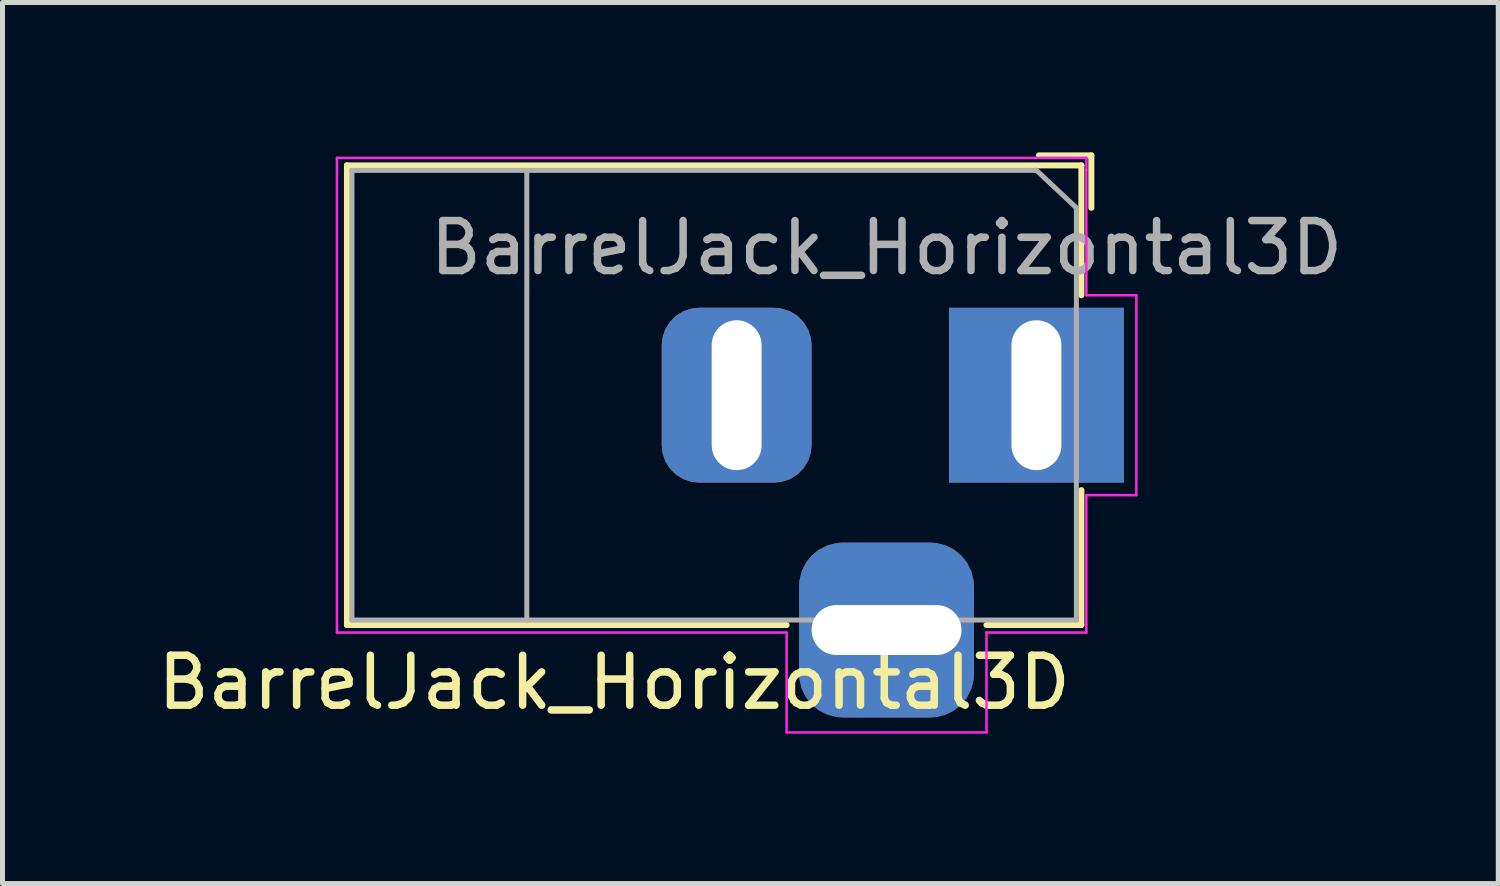
<source format=kicad_pcb>
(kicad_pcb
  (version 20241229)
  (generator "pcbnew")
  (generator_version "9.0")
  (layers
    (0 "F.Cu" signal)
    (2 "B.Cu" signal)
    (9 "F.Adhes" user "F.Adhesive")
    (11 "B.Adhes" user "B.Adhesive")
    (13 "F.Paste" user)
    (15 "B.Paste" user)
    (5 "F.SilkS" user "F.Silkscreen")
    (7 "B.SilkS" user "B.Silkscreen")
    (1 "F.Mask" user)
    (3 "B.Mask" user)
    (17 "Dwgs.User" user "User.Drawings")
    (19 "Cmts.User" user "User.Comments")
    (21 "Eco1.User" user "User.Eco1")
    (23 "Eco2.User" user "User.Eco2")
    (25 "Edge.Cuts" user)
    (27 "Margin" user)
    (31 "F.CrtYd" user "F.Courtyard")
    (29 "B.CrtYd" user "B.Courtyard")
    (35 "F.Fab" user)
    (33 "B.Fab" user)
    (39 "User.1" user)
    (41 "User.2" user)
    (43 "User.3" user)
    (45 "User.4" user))
  (footprint "BarrelJack_Horizontal3D"
    (layer "F.Cu")
    (at 17.694 4.86)
    (property "Reference" "BarrelJack_Horizontal3D" (at -8.45 5.75 0) (layer "F.SilkS") (effects (font (size 1 1) (thickness 0.15))))
    (attr through_hole)
    (fp_line (start -13.8 -4.6) (end 0.9 -4.6) (stroke (width 0.12) (type solid)) (layer "F.SilkS"))
    (fp_line (start -13.8 4.6) (end -13.8 -4.6) (stroke (width 0.12) (type solid)) (layer "F.SilkS"))
    (fp_line (start -5 4.6) (end -13.8 4.6) (stroke (width 0.12) (type solid)) (layer "F.SilkS"))
    (fp_line (start 0.05 -4.8) (end 1.1 -4.8) (stroke (width 0.12) (type solid)) (layer "F.SilkS"))
    (fp_line (start 0.9 -4.6) (end 0.9 -2) (stroke (width 0.12) (type solid)) (layer "F.SilkS"))
    (fp_line (start 0.9 1.9) (end 0.9 4.6) (stroke (width 0.12) (type solid)) (layer "F.SilkS"))
    (fp_line (start 0.9 4.6) (end -1 4.6) (stroke (width 0.12) (type solid)) (layer "F.SilkS"))
    (fp_line (start 1.1 -3.75) (end 1.1 -4.8) (stroke (width 0.12) (type solid)) (layer "F.SilkS"))
    (fp_line (start -14 4.75) (end -14 -4.75) (stroke (width 0.05) (type solid)) (layer "F.CrtYd"))
    (fp_line (start -5 4.75) (end -14 4.75) (stroke (width 0.05) (type solid)) (layer "F.CrtYd"))
    (fp_line (start -5 6.75) (end -5 4.75) (stroke (width 0.05) (type solid)) (layer "F.CrtYd"))
    (fp_line (start -1 4.75) (end -1 6.75) (stroke (width 0.05) (type solid)) (layer "F.CrtYd"))
    (fp_line (start -1 6.75) (end -5 6.75) (stroke (width 0.05) (type solid)) (layer "F.CrtYd"))
    (fp_line (start 1 -4.75) (end -14 -4.75) (stroke (width 0.05) (type solid)) (layer "F.CrtYd"))
    (fp_line (start 1 -4.5) (end 1 -4.75) (stroke (width 0.05) (type solid)) (layer "F.CrtYd"))
    (fp_line (start 1 -4.5) (end 1 -2) (stroke (width 0.05) (type solid)) (layer "F.CrtYd"))
    (fp_line (start 1 -2) (end 2 -2) (stroke (width 0.05) (type solid)) (layer "F.CrtYd"))
    (fp_line (start 1 2) (end 1 4.75) (stroke (width 0.05) (type solid)) (layer "F.CrtYd"))
    (fp_line (start 1 4.75) (end -1 4.75) (stroke (width 0.05) (type solid)) (layer "F.CrtYd"))
    (fp_line (start 2 -2) (end 2 2) (stroke (width 0.05) (type solid)) (layer "F.CrtYd"))
    (fp_line (start 2 2) (end 1 2) (stroke (width 0.05) (type solid)) (layer "F.CrtYd"))
    (fp_line (start -13.7 -4.5) (end -13.7 4.5) (stroke (width 0.1) (type solid)) (layer "F.Fab"))
    (fp_line (start -13.7 4.5) (end 0.8 4.5) (stroke (width 0.1) (type solid)) (layer "F.Fab"))
    (fp_line (start -10.2 -4.5) (end -10.2 4.5) (stroke (width 0.1) (type solid)) (layer "F.Fab"))
    (fp_line (start -0.003 -4.505) (end 0.8 -3.75) (stroke (width 0.1) (type solid)) (layer "F.Fab"))
    (fp_line (start 0 -4.5) (end -13.7 -4.5) (stroke (width 0.1) (type solid)) (layer "F.Fab"))
    (fp_line (start 0.8 4.5) (end 0.8 -3.75) (stroke (width 0.1) (type solid)) (layer "F.Fab"))
    (fp_text user "${REFERENCE}" (at -3 -2.95 0) (layer "F.Fab") (effects (font (size 1 1) (thickness 0.15))))
    (pad "1" thru_hole rect (at 0 0) (size 3.5 3.5) (drill oval 1 3) (layers "*.Cu" "*.Mask"))
    (pad "2" thru_hole roundrect (at -6 0) (size 3 3.5) (drill oval 1 3) (layers "*.Cu" "*.Mask") (roundrect_rratio 0.25))
    (pad "3" thru_hole roundrect (at -3 4.7) (size 3.5 3.5) (drill oval 3 1) (layers "*.Cu" "*.Mask") (roundrect_rratio 0.25)))
  (gr_rect
    (start -3 -3)
    (end 26.938 14.635)
    (stroke (width 0.1) (type default))
    (fill no)
    (layer "Edge.Cuts")))
</source>
